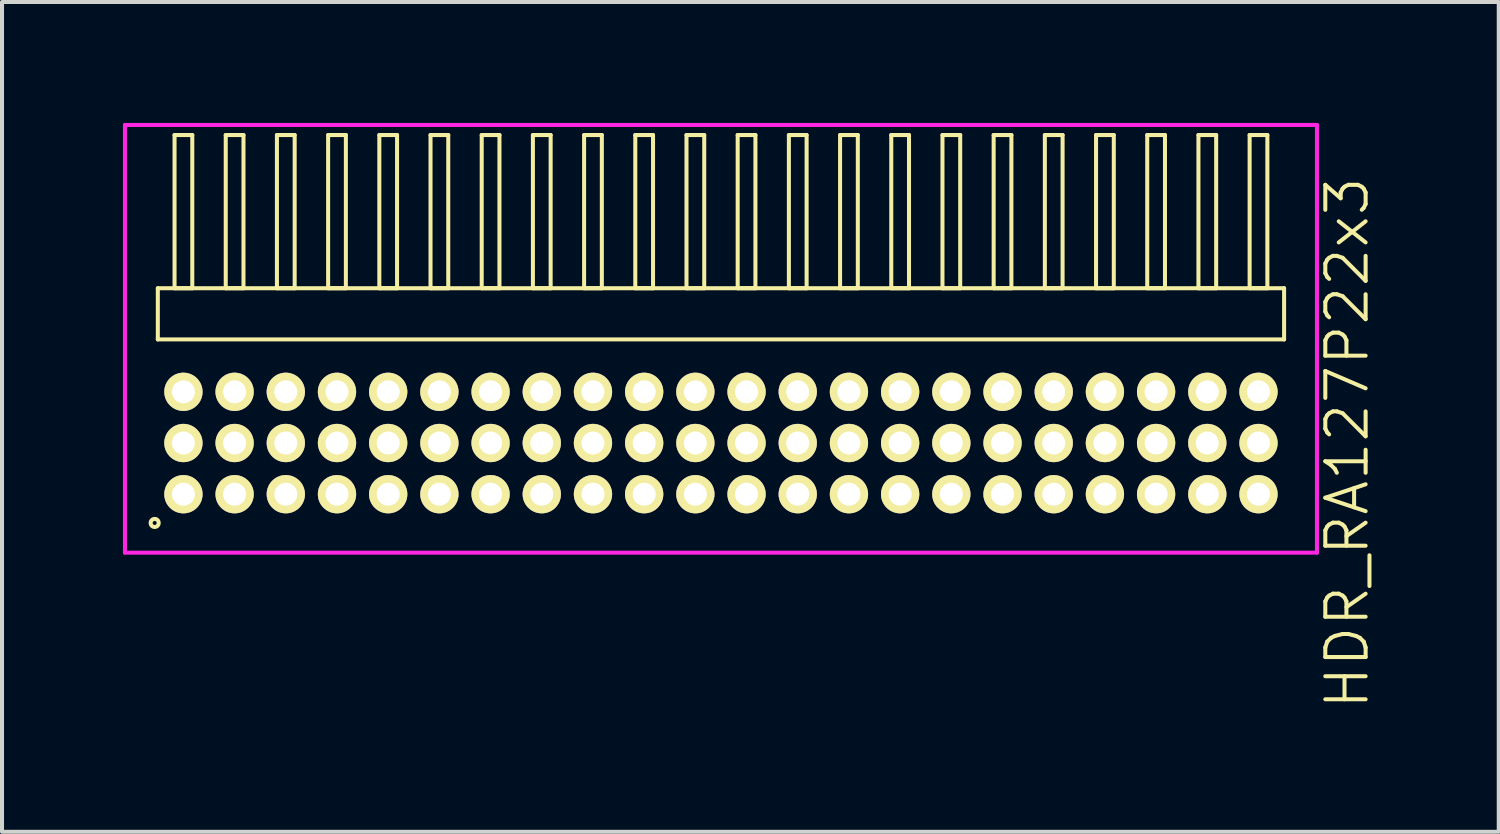
<source format=kicad_pcb>
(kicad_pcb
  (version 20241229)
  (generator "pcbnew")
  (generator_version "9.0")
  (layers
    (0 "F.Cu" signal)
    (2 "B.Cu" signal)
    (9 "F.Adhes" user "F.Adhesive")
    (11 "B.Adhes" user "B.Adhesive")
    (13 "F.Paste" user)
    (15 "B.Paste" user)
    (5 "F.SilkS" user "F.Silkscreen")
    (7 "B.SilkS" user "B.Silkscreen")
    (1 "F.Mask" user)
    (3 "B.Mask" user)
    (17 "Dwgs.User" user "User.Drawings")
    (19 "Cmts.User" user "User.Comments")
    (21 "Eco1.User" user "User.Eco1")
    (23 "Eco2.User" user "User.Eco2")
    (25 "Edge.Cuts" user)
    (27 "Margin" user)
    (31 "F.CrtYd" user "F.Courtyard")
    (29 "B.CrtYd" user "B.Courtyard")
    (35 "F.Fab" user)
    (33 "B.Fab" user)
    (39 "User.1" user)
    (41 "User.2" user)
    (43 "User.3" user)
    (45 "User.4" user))
  (footprint "HDR_RA127P22x3"
    (layer "F.Cu")
    (at 14.835 7.94)
    (property "Reference" "HDR_RA127P22x3" (at 15.535 0 90) (layer "F.SilkS") (effects (font (size 1 1) (thickness 0.1))))
    (attr through_hole)
    (fp_line (start -13.97 -3.84) (end -13.97 -2.57) (stroke (width 0.1) (type solid)) (layer "F.SilkS"))
    (fp_line (start -13.97 -2.57) (end 13.97 -2.57) (stroke (width 0.1) (type solid)) (layer "F.SilkS"))
    (fp_line (start -13.555 -7.64) (end -13.555 -3.84) (stroke (width 0.1) (type solid)) (layer "F.SilkS"))
    (fp_line (start -13.555 -3.84) (end -13.115 -3.84) (stroke (width 0.1) (type solid)) (layer "F.SilkS"))
    (fp_line (start -13.115 -7.64) (end -13.555 -7.64) (stroke (width 0.1) (type solid)) (layer "F.SilkS"))
    (fp_line (start -13.115 -3.84) (end -13.115 -7.64) (stroke (width 0.1) (type solid)) (layer "F.SilkS"))
    (fp_line (start -12.285 -7.64) (end -12.285 -3.84) (stroke (width 0.1) (type solid)) (layer "F.SilkS"))
    (fp_line (start -12.285 -3.84) (end -11.845 -3.84) (stroke (width 0.1) (type solid)) (layer "F.SilkS"))
    (fp_line (start -11.845 -7.64) (end -12.285 -7.64) (stroke (width 0.1) (type solid)) (layer "F.SilkS"))
    (fp_line (start -11.845 -3.84) (end -11.845 -7.64) (stroke (width 0.1) (type solid)) (layer "F.SilkS"))
    (fp_line (start -11.015 -7.64) (end -11.015 -3.84) (stroke (width 0.1) (type solid)) (layer "F.SilkS"))
    (fp_line (start -11.015 -3.84) (end -10.575 -3.84) (stroke (width 0.1) (type solid)) (layer "F.SilkS"))
    (fp_line (start -10.575 -7.64) (end -11.015 -7.64) (stroke (width 0.1) (type solid)) (layer "F.SilkS"))
    (fp_line (start -10.575 -3.84) (end -10.575 -7.64) (stroke (width 0.1) (type solid)) (layer "F.SilkS"))
    (fp_line (start -9.745 -7.64) (end -9.745 -3.84) (stroke (width 0.1) (type solid)) (layer "F.SilkS"))
    (fp_line (start -9.745 -3.84) (end -9.305 -3.84) (stroke (width 0.1) (type solid)) (layer "F.SilkS"))
    (fp_line (start -9.305 -7.64) (end -9.745 -7.64) (stroke (width 0.1) (type solid)) (layer "F.SilkS"))
    (fp_line (start -9.305 -3.84) (end -9.305 -7.64) (stroke (width 0.1) (type solid)) (layer "F.SilkS"))
    (fp_line (start -8.475 -7.64) (end -8.475 -3.84) (stroke (width 0.1) (type solid)) (layer "F.SilkS"))
    (fp_line (start -8.475 -3.84) (end -8.035 -3.84) (stroke (width 0.1) (type solid)) (layer "F.SilkS"))
    (fp_line (start -8.035 -7.64) (end -8.475 -7.64) (stroke (width 0.1) (type solid)) (layer "F.SilkS"))
    (fp_line (start -8.035 -3.84) (end -8.035 -7.64) (stroke (width 0.1) (type solid)) (layer "F.SilkS"))
    (fp_line (start -7.205 -7.64) (end -7.205 -3.84) (stroke (width 0.1) (type solid)) (layer "F.SilkS"))
    (fp_line (start -7.205 -3.84) (end -6.765 -3.84) (stroke (width 0.1) (type solid)) (layer "F.SilkS"))
    (fp_line (start -6.765 -7.64) (end -7.205 -7.64) (stroke (width 0.1) (type solid)) (layer "F.SilkS"))
    (fp_line (start -6.765 -3.84) (end -6.765 -7.64) (stroke (width 0.1) (type solid)) (layer "F.SilkS"))
    (fp_line (start -5.935 -7.64) (end -5.935 -3.84) (stroke (width 0.1) (type solid)) (layer "F.SilkS"))
    (fp_line (start -5.935 -3.84) (end -5.495 -3.84) (stroke (width 0.1) (type solid)) (layer "F.SilkS"))
    (fp_line (start -5.495 -7.64) (end -5.935 -7.64) (stroke (width 0.1) (type solid)) (layer "F.SilkS"))
    (fp_line (start -5.495 -3.84) (end -5.495 -7.64) (stroke (width 0.1) (type solid)) (layer "F.SilkS"))
    (fp_line (start -4.665 -7.64) (end -4.665 -3.84) (stroke (width 0.1) (type solid)) (layer "F.SilkS"))
    (fp_line (start -4.665 -3.84) (end -4.225 -3.84) (stroke (width 0.1) (type solid)) (layer "F.SilkS"))
    (fp_line (start -4.225 -7.64) (end -4.665 -7.64) (stroke (width 0.1) (type solid)) (layer "F.SilkS"))
    (fp_line (start -4.225 -3.84) (end -4.225 -7.64) (stroke (width 0.1) (type solid)) (layer "F.SilkS"))
    (fp_line (start -3.395 -7.64) (end -3.395 -3.84) (stroke (width 0.1) (type solid)) (layer "F.SilkS"))
    (fp_line (start -3.395 -3.84) (end -2.955 -3.84) (stroke (width 0.1) (type solid)) (layer "F.SilkS"))
    (fp_line (start -2.955 -7.64) (end -3.395 -7.64) (stroke (width 0.1) (type solid)) (layer "F.SilkS"))
    (fp_line (start -2.955 -3.84) (end -2.955 -7.64) (stroke (width 0.1) (type solid)) (layer "F.SilkS"))
    (fp_line (start -2.125 -7.64) (end -2.125 -3.84) (stroke (width 0.1) (type solid)) (layer "F.SilkS"))
    (fp_line (start -2.125 -3.84) (end -1.685 -3.84) (stroke (width 0.1) (type solid)) (layer "F.SilkS"))
    (fp_line (start -1.685 -7.64) (end -2.125 -7.64) (stroke (width 0.1) (type solid)) (layer "F.SilkS"))
    (fp_line (start -1.685 -3.84) (end -1.685 -7.64) (stroke (width 0.1) (type solid)) (layer "F.SilkS"))
    (fp_line (start -0.855 -7.64) (end -0.855 -3.84) (stroke (width 0.1) (type solid)) (layer "F.SilkS"))
    (fp_line (start -0.855 -3.84) (end -0.415 -3.84) (stroke (width 0.1) (type solid)) (layer "F.SilkS"))
    (fp_line (start -0.415 -7.64) (end -0.855 -7.64) (stroke (width 0.1) (type solid)) (layer "F.SilkS"))
    (fp_line (start -0.415 -3.84) (end -0.415 -7.64) (stroke (width 0.1) (type solid)) (layer "F.SilkS"))
    (fp_line (start 0.415 -7.64) (end 0.415 -3.84) (stroke (width 0.1) (type solid)) (layer "F.SilkS"))
    (fp_line (start 0.415 -3.84) (end 0.855 -3.84) (stroke (width 0.1) (type solid)) (layer "F.SilkS"))
    (fp_line (start 0.855 -7.64) (end 0.415 -7.64) (stroke (width 0.1) (type solid)) (layer "F.SilkS"))
    (fp_line (start 0.855 -3.84) (end 0.855 -7.64) (stroke (width 0.1) (type solid)) (layer "F.SilkS"))
    (fp_line (start 1.685 -7.64) (end 1.685 -3.84) (stroke (width 0.1) (type solid)) (layer "F.SilkS"))
    (fp_line (start 1.685 -3.84) (end 2.125 -3.84) (stroke (width 0.1) (type solid)) (layer "F.SilkS"))
    (fp_line (start 2.125 -7.64) (end 1.685 -7.64) (stroke (width 0.1) (type solid)) (layer "F.SilkS"))
    (fp_line (start 2.125 -3.84) (end 2.125 -7.64) (stroke (width 0.1) (type solid)) (layer "F.SilkS"))
    (fp_line (start 2.955 -7.64) (end 2.955 -3.84) (stroke (width 0.1) (type solid)) (layer "F.SilkS"))
    (fp_line (start 2.955 -3.84) (end 3.395 -3.84) (stroke (width 0.1) (type solid)) (layer "F.SilkS"))
    (fp_line (start 3.395 -7.64) (end 2.955 -7.64) (stroke (width 0.1) (type solid)) (layer "F.SilkS"))
    (fp_line (start 3.395 -3.84) (end 3.395 -7.64) (stroke (width 0.1) (type solid)) (layer "F.SilkS"))
    (fp_line (start 4.225 -7.64) (end 4.225 -3.84) (stroke (width 0.1) (type solid)) (layer "F.SilkS"))
    (fp_line (start 4.225 -3.84) (end 4.665 -3.84) (stroke (width 0.1) (type solid)) (layer "F.SilkS"))
    (fp_line (start 4.665 -7.64) (end 4.225 -7.64) (stroke (width 0.1) (type solid)) (layer "F.SilkS"))
    (fp_line (start 4.665 -3.84) (end 4.665 -7.64) (stroke (width 0.1) (type solid)) (layer "F.SilkS"))
    (fp_line (start 5.495 -7.64) (end 5.495 -3.84) (stroke (width 0.1) (type solid)) (layer "F.SilkS"))
    (fp_line (start 5.495 -3.84) (end 5.935 -3.84) (stroke (width 0.1) (type solid)) (layer "F.SilkS"))
    (fp_line (start 5.935 -7.64) (end 5.495 -7.64) (stroke (width 0.1) (type solid)) (layer "F.SilkS"))
    (fp_line (start 5.935 -3.84) (end 5.935 -7.64) (stroke (width 0.1) (type solid)) (layer "F.SilkS"))
    (fp_line (start 6.765 -7.64) (end 6.765 -3.84) (stroke (width 0.1) (type solid)) (layer "F.SilkS"))
    (fp_line (start 6.765 -3.84) (end 7.205 -3.84) (stroke (width 0.1) (type solid)) (layer "F.SilkS"))
    (fp_line (start 7.205 -7.64) (end 6.765 -7.64) (stroke (width 0.1) (type solid)) (layer "F.SilkS"))
    (fp_line (start 7.205 -3.84) (end 7.205 -7.64) (stroke (width 0.1) (type solid)) (layer "F.SilkS"))
    (fp_line (start 8.035 -7.64) (end 8.035 -3.84) (stroke (width 0.1) (type solid)) (layer "F.SilkS"))
    (fp_line (start 8.035 -3.84) (end 8.475 -3.84) (stroke (width 0.1) (type solid)) (layer "F.SilkS"))
    (fp_line (start 8.475 -7.64) (end 8.035 -7.64) (stroke (width 0.1) (type solid)) (layer "F.SilkS"))
    (fp_line (start 8.475 -3.84) (end 8.475 -7.64) (stroke (width 0.1) (type solid)) (layer "F.SilkS"))
    (fp_line (start 9.305 -7.64) (end 9.305 -3.84) (stroke (width 0.1) (type solid)) (layer "F.SilkS"))
    (fp_line (start 9.305 -3.84) (end 9.745 -3.84) (stroke (width 0.1) (type solid)) (layer "F.SilkS"))
    (fp_line (start 9.745 -7.64) (end 9.305 -7.64) (stroke (width 0.1) (type solid)) (layer "F.SilkS"))
    (fp_line (start 9.745 -3.84) (end 9.745 -7.64) (stroke (width 0.1) (type solid)) (layer "F.SilkS"))
    (fp_line (start 10.575 -7.64) (end 10.575 -3.84) (stroke (width 0.1) (type solid)) (layer "F.SilkS"))
    (fp_line (start 10.575 -3.84) (end 11.015 -3.84) (stroke (width 0.1) (type solid)) (layer "F.SilkS"))
    (fp_line (start 11.015 -7.64) (end 10.575 -7.64) (stroke (width 0.1) (type solid)) (layer "F.SilkS"))
    (fp_line (start 11.015 -3.84) (end 11.015 -7.64) (stroke (width 0.1) (type solid)) (layer "F.SilkS"))
    (fp_line (start 11.845 -7.64) (end 11.845 -3.84) (stroke (width 0.1) (type solid)) (layer "F.SilkS"))
    (fp_line (start 11.845 -3.84) (end 12.285 -3.84) (stroke (width 0.1) (type solid)) (layer "F.SilkS"))
    (fp_line (start 12.285 -7.64) (end 11.845 -7.64) (stroke (width 0.1) (type solid)) (layer "F.SilkS"))
    (fp_line (start 12.285 -3.84) (end 12.285 -7.64) (stroke (width 0.1) (type solid)) (layer "F.SilkS"))
    (fp_line (start 13.115 -7.64) (end 13.115 -3.84) (stroke (width 0.1) (type solid)) (layer "F.SilkS"))
    (fp_line (start 13.115 -3.84) (end 13.555 -3.84) (stroke (width 0.1) (type solid)) (layer "F.SilkS"))
    (fp_line (start 13.555 -7.64) (end 13.115 -7.64) (stroke (width 0.1) (type solid)) (layer "F.SilkS"))
    (fp_line (start 13.555 -3.84) (end 13.555 -7.64) (stroke (width 0.1) (type solid)) (layer "F.SilkS"))
    (fp_line (start 13.97 -3.84) (end -13.97 -3.84) (stroke (width 0.1) (type solid)) (layer "F.SilkS"))
    (fp_line (start 13.97 -2.57) (end 13.97 -3.84) (stroke (width 0.1) (type solid)) (layer "F.SilkS"))
    (fp_circle (center -14.048 1.983) (end -13.948 1.983) (stroke (width 0.1) (type solid)) (fill no) (layer "F.SilkS"))
    (fp_line (start -14.785 -7.89) (end -14.785 2.72) (stroke (width 0.1) (type solid)) (layer "F.CrtYd"))
    (fp_line (start -14.785 2.72) (end 14.785 2.72) (stroke (width 0.1) (type solid)) (layer "F.CrtYd"))
    (fp_line (start 14.785 -7.89) (end -14.785 -7.89) (stroke (width 0.1) (type solid)) (layer "F.CrtYd"))
    (fp_line (start 14.785 2.72) (end 14.785 -7.89) (stroke (width 0.1) (type solid)) (layer "F.CrtYd"))
    (pad "1" thru_hole oval (at -13.335 1.27) (size 0.95 0.95) (drill 0.57) (layers "*.Cu" "*.Mask" "F.SilkS"))
    (pad "2" thru_hole oval (at -13.335 0) (size 0.95 0.95) (drill 0.57) (layers "*.Cu" "*.Mask" "F.SilkS"))
    (pad "3" thru_hole oval (at -13.335 -1.27) (size 0.95 0.95) (drill 0.57) (layers "*.Cu" "*.Mask" "F.SilkS"))
    (pad "4" thru_hole oval (at -12.065 1.27) (size 0.95 0.95) (drill 0.57) (layers "*.Cu" "*.Mask" "F.SilkS"))
    (pad "5" thru_hole oval (at -12.065 0) (size 0.95 0.95) (drill 0.57) (layers "*.Cu" "*.Mask" "F.SilkS"))
    (pad "6" thru_hole oval (at -12.065 -1.27) (size 0.95 0.95) (drill 0.57) (layers "*.Cu" "*.Mask" "F.SilkS"))
    (pad "7" thru_hole oval (at -10.795 1.27) (size 0.95 0.95) (drill 0.57) (layers "*.Cu" "*.Mask" "F.SilkS"))
    (pad "8" thru_hole oval (at -10.795 0) (size 0.95 0.95) (drill 0.57) (layers "*.Cu" "*.Mask" "F.SilkS"))
    (pad "9" thru_hole oval (at -10.795 -1.27) (size 0.95 0.95) (drill 0.57) (layers "*.Cu" "*.Mask" "F.SilkS"))
    (pad "10" thru_hole oval (at -9.525 1.27) (size 0.95 0.95) (drill 0.57) (layers "*.Cu" "*.Mask" "F.SilkS"))
    (pad "11" thru_hole oval (at -9.525 0) (size 0.95 0.95) (drill 0.57) (layers "*.Cu" "*.Mask" "F.SilkS"))
    (pad "12" thru_hole oval (at -9.525 -1.27) (size 0.95 0.95) (drill 0.57) (layers "*.Cu" "*.Mask" "F.SilkS"))
    (pad "13" thru_hole oval (at -8.255 1.27) (size 0.95 0.95) (drill 0.57) (layers "*.Cu" "*.Mask" "F.SilkS"))
    (pad "14" thru_hole oval (at -8.255 0) (size 0.95 0.95) (drill 0.57) (layers "*.Cu" "*.Mask" "F.SilkS"))
    (pad "15" thru_hole oval (at -8.255 -1.27) (size 0.95 0.95) (drill 0.57) (layers "*.Cu" "*.Mask" "F.SilkS"))
    (pad "16" thru_hole oval (at -6.985 1.27) (size 0.95 0.95) (drill 0.57) (layers "*.Cu" "*.Mask" "F.SilkS"))
    (pad "17" thru_hole oval (at -6.985 0) (size 0.95 0.95) (drill 0.57) (layers "*.Cu" "*.Mask" "F.SilkS"))
    (pad "18" thru_hole oval (at -6.985 -1.27) (size 0.95 0.95) (drill 0.57) (layers "*.Cu" "*.Mask" "F.SilkS"))
    (pad "19" thru_hole oval (at -5.715 1.27) (size 0.95 0.95) (drill 0.57) (layers "*.Cu" "*.Mask" "F.SilkS"))
    (pad "20" thru_hole oval (at -5.715 0) (size 0.95 0.95) (drill 0.57) (layers "*.Cu" "*.Mask" "F.SilkS"))
    (pad "21" thru_hole oval (at -5.715 -1.27) (size 0.95 0.95) (drill 0.57) (layers "*.Cu" "*.Mask" "F.SilkS"))
    (pad "22" thru_hole oval (at -4.445 1.27) (size 0.95 0.95) (drill 0.57) (layers "*.Cu" "*.Mask" "F.SilkS"))
    (pad "23" thru_hole oval (at -4.445 0) (size 0.95 0.95) (drill 0.57) (layers "*.Cu" "*.Mask" "F.SilkS"))
    (pad "24" thru_hole oval (at -4.445 -1.27) (size 0.95 0.95) (drill 0.57) (layers "*.Cu" "*.Mask" "F.SilkS"))
    (pad "25" thru_hole oval (at -3.175 1.27) (size 0.95 0.95) (drill 0.57) (layers "*.Cu" "*.Mask" "F.SilkS"))
    (pad "26" thru_hole oval (at -3.175 0) (size 0.95 0.95) (drill 0.57) (layers "*.Cu" "*.Mask" "F.SilkS"))
    (pad "27" thru_hole oval (at -3.175 -1.27) (size 0.95 0.95) (drill 0.57) (layers "*.Cu" "*.Mask" "F.SilkS"))
    (pad "28" thru_hole oval (at -1.905 1.27) (size 0.95 0.95) (drill 0.57) (layers "*.Cu" "*.Mask" "F.SilkS"))
    (pad "29" thru_hole oval (at -1.905 0) (size 0.95 0.95) (drill 0.57) (layers "*.Cu" "*.Mask" "F.SilkS"))
    (pad "30" thru_hole oval (at -1.905 -1.27) (size 0.95 0.95) (drill 0.57) (layers "*.Cu" "*.Mask" "F.SilkS"))
    (pad "31" thru_hole oval (at -0.635 1.27) (size 0.95 0.95) (drill 0.57) (layers "*.Cu" "*.Mask" "F.SilkS"))
    (pad "32" thru_hole oval (at -0.635 0) (size 0.95 0.95) (drill 0.57) (layers "*.Cu" "*.Mask" "F.SilkS"))
    (pad "33" thru_hole oval (at -0.635 -1.27) (size 0.95 0.95) (drill 0.57) (layers "*.Cu" "*.Mask" "F.SilkS"))
    (pad "34" thru_hole oval (at 0.635 1.27) (size 0.95 0.95) (drill 0.57) (layers "*.Cu" "*.Mask" "F.SilkS"))
    (pad "35" thru_hole oval (at 0.635 0) (size 0.95 0.95) (drill 0.57) (layers "*.Cu" "*.Mask" "F.SilkS"))
    (pad "36" thru_hole oval (at 0.635 -1.27) (size 0.95 0.95) (drill 0.57) (layers "*.Cu" "*.Mask" "F.SilkS"))
    (pad "37" thru_hole oval (at 1.905 1.27) (size 0.95 0.95) (drill 0.57) (layers "*.Cu" "*.Mask" "F.SilkS"))
    (pad "38" thru_hole oval (at 1.905 0) (size 0.95 0.95) (drill 0.57) (layers "*.Cu" "*.Mask" "F.SilkS"))
    (pad "39" thru_hole oval (at 1.905 -1.27) (size 0.95 0.95) (drill 0.57) (layers "*.Cu" "*.Mask" "F.SilkS"))
    (pad "40" thru_hole oval (at 3.175 1.27) (size 0.95 0.95) (drill 0.57) (layers "*.Cu" "*.Mask" "F.SilkS"))
    (pad "41" thru_hole oval (at 3.175 0) (size 0.95 0.95) (drill 0.57) (layers "*.Cu" "*.Mask" "F.SilkS"))
    (pad "42" thru_hole oval (at 3.175 -1.27) (size 0.95 0.95) (drill 0.57) (layers "*.Cu" "*.Mask" "F.SilkS"))
    (pad "43" thru_hole oval (at 4.445 1.27) (size 0.95 0.95) (drill 0.57) (layers "*.Cu" "*.Mask" "F.SilkS"))
    (pad "44" thru_hole oval (at 4.445 0) (size 0.95 0.95) (drill 0.57) (layers "*.Cu" "*.Mask" "F.SilkS"))
    (pad "45" thru_hole oval (at 4.445 -1.27) (size 0.95 0.95) (drill 0.57) (layers "*.Cu" "*.Mask" "F.SilkS"))
    (pad "46" thru_hole oval (at 5.715 1.27) (size 0.95 0.95) (drill 0.57) (layers "*.Cu" "*.Mask" "F.SilkS"))
    (pad "47" thru_hole oval (at 5.715 0) (size 0.95 0.95) (drill 0.57) (layers "*.Cu" "*.Mask" "F.SilkS"))
    (pad "48" thru_hole oval (at 5.715 -1.27) (size 0.95 0.95) (drill 0.57) (layers "*.Cu" "*.Mask" "F.SilkS"))
    (pad "49" thru_hole oval (at 6.985 1.27) (size 0.95 0.95) (drill 0.57) (layers "*.Cu" "*.Mask" "F.SilkS"))
    (pad "50" thru_hole oval (at 6.985 0) (size 0.95 0.95) (drill 0.57) (layers "*.Cu" "*.Mask" "F.SilkS"))
    (pad "51" thru_hole oval (at 6.985 -1.27) (size 0.95 0.95) (drill 0.57) (layers "*.Cu" "*.Mask" "F.SilkS"))
    (pad "52" thru_hole oval (at 8.255 1.27) (size 0.95 0.95) (drill 0.57) (layers "*.Cu" "*.Mask" "F.SilkS"))
    (pad "53" thru_hole oval (at 8.255 0) (size 0.95 0.95) (drill 0.57) (layers "*.Cu" "*.Mask" "F.SilkS"))
    (pad "54" thru_hole oval (at 8.255 -1.27) (size 0.95 0.95) (drill 0.57) (layers "*.Cu" "*.Mask" "F.SilkS"))
    (pad "55" thru_hole oval (at 9.525 1.27) (size 0.95 0.95) (drill 0.57) (layers "*.Cu" "*.Mask" "F.SilkS"))
    (pad "56" thru_hole oval (at 9.525 0) (size 0.95 0.95) (drill 0.57) (layers "*.Cu" "*.Mask" "F.SilkS"))
    (pad "57" thru_hole oval (at 9.525 -1.27) (size 0.95 0.95) (drill 0.57) (layers "*.Cu" "*.Mask" "F.SilkS"))
    (pad "58" thru_hole oval (at 10.795 1.27) (size 0.95 0.95) (drill 0.57) (layers "*.Cu" "*.Mask" "F.SilkS"))
    (pad "59" thru_hole oval (at 10.795 0) (size 0.95 0.95) (drill 0.57) (layers "*.Cu" "*.Mask" "F.SilkS"))
    (pad "60" thru_hole oval (at 10.795 -1.27) (size 0.95 0.95) (drill 0.57) (layers "*.Cu" "*.Mask" "F.SilkS"))
    (pad "61" thru_hole oval (at 12.065 1.27) (size 0.95 0.95) (drill 0.57) (layers "*.Cu" "*.Mask" "F.SilkS"))
    (pad "62" thru_hole oval (at 12.065 0) (size 0.95 0.95) (drill 0.57) (layers "*.Cu" "*.Mask" "F.SilkS"))
    (pad "63" thru_hole oval (at 12.065 -1.27) (size 0.95 0.95) (drill 0.57) (layers "*.Cu" "*.Mask" "F.SilkS"))
    (pad "64" thru_hole oval (at 13.335 1.27) (size 0.95 0.95) (drill 0.57) (layers "*.Cu" "*.Mask" "F.SilkS"))
    (pad "65" thru_hole oval (at 13.335 0) (size 0.95 0.95) (drill 0.57) (layers "*.Cu" "*.Mask" "F.SilkS"))
    (pad "66" thru_hole oval (at 13.335 -1.27) (size 0.95 0.95) (drill 0.57) (layers "*.Cu" "*.Mask" "F.SilkS")))
  (gr_rect
    (start -3 -3)
    (end 34.13 17.585)
    (stroke (width 0.1) (type default))
    (fill no)
    (layer "Edge.Cuts")))
</source>
